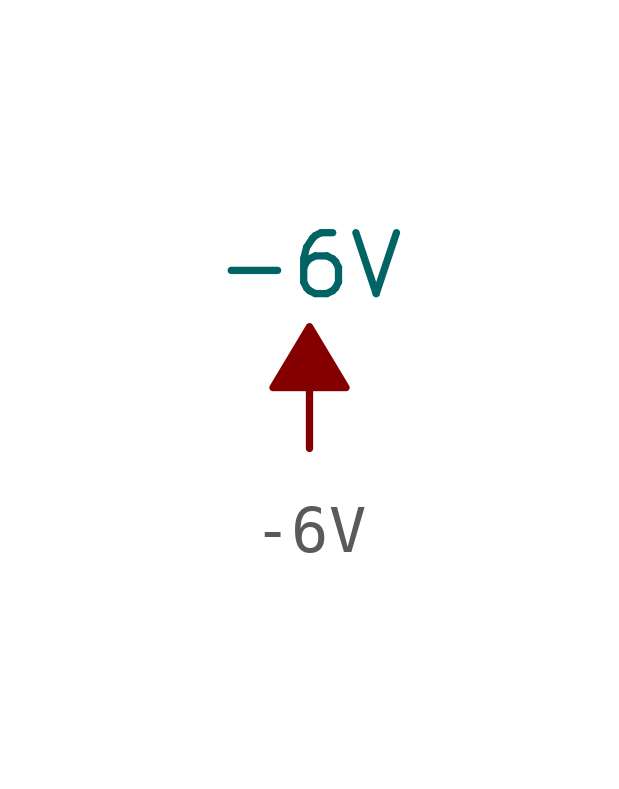
<source format=kicad_sym>
(kicad_symbol_lib
  (version 20231120)
  (generator "kicad_symbol_editor")
  (generator_version "8.0")
  (symbol "-6V"
    (power)
    (pin_numbers hide)
    (pin_names
      (offset 0) hide)
    (property "Reference" "#PWR"
      (at 0 2.54 0)
      (effects (font (size 1.27 1.27)) (hide yes)))
    (property "Value" "-6V"
      (at 0 3.81 0)
      (effects (font (size 1.27 1.27))))
    (symbol "-6V_0_0"
      (pin power_in line (at 0 0 90) (length 0) hide (name "-6V" (effects (font (size 1.27 1.27)))) (number "1" (effects (font (size 1.27 1.27))))))
    (symbol "-6V_0_1"
      (polyline (pts (xy 0 0) (xy 0 1.27) (xy 0.762 1.27) (xy 0 2.54) (xy -0.762 1.27) (xy 0 1.27)) (stroke (width 0) (type default)) (fill (type outline))))))
</source>
